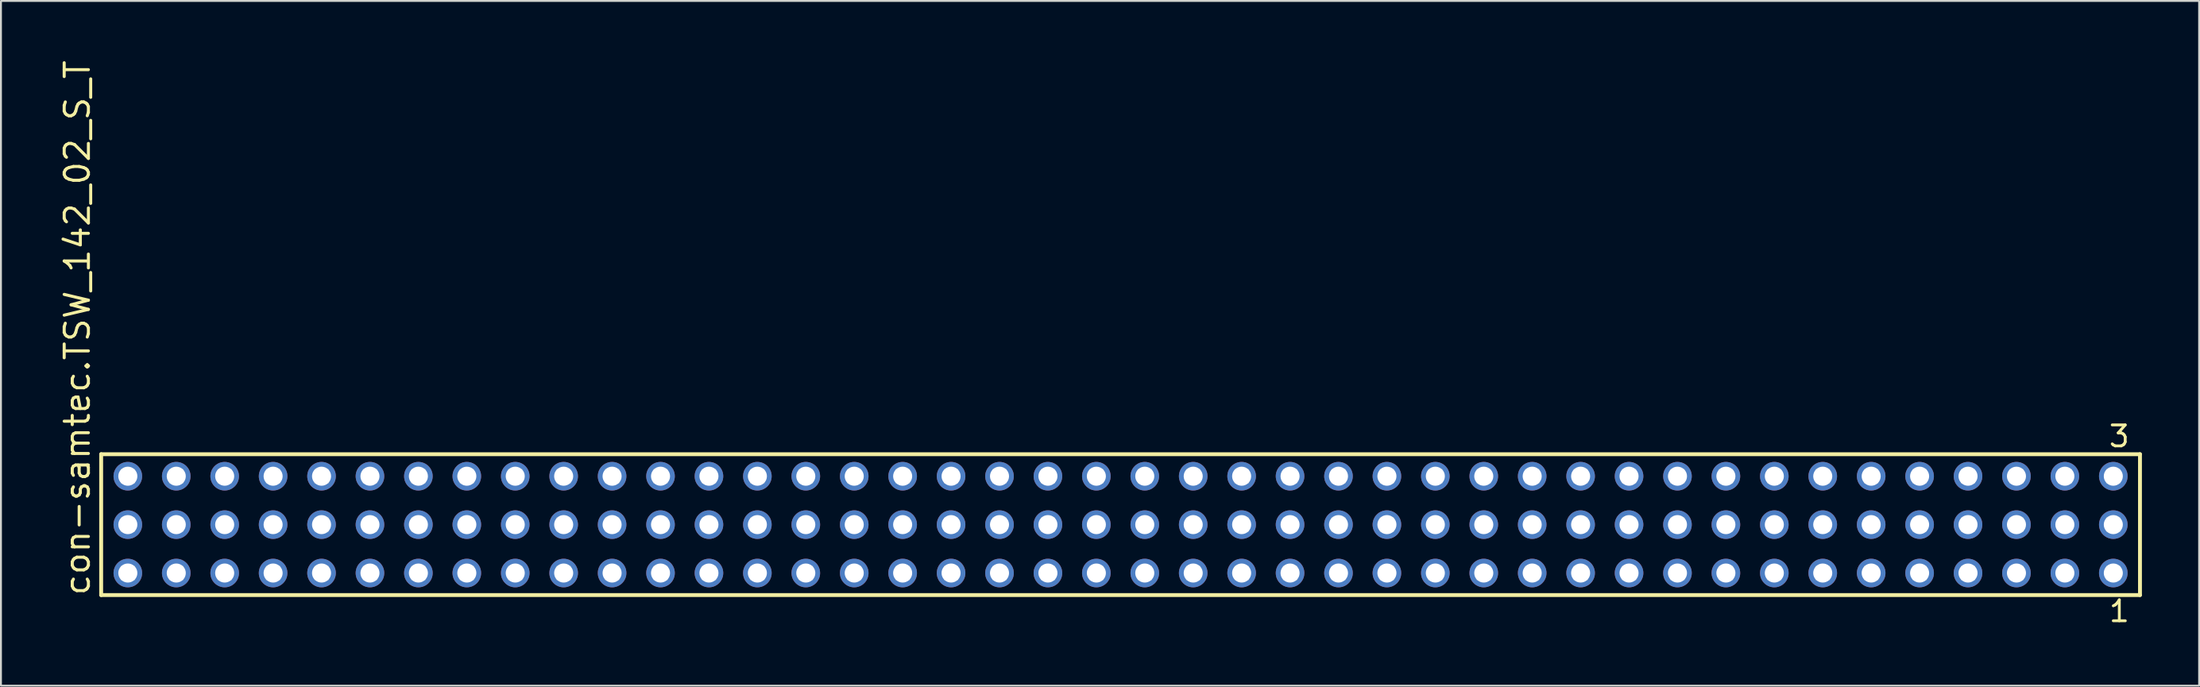
<source format=kicad_pcb>
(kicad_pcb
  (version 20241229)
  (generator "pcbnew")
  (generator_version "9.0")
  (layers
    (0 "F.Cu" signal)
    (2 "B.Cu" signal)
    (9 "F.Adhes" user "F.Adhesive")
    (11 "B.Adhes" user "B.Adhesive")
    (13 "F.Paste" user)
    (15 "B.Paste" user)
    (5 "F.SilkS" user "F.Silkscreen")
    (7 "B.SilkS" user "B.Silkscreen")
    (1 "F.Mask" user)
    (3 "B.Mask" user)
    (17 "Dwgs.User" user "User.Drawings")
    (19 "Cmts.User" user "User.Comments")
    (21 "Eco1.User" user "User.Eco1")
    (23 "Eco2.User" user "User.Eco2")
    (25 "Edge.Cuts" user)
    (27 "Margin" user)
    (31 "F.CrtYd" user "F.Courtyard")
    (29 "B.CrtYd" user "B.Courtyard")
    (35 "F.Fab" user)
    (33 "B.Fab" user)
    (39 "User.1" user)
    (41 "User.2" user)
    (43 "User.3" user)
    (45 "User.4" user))
  (footprint "con-samtec.TSW_142_02_S_T"
    (layer "F.Cu")
    (at 55.725 24.477)
    (property "Reference" "con-samtec.TSW_142_02_S_T" (at -53.975 3.81 90) (layer "F.SilkS") (effects (font (size 1.27 1.27) (thickness 0.16)) (justify left bottom)))
    (attr through_hole)
    (fp_line (start -53.469 -3.695) (end 53.469 -3.695) (stroke (width 0.203) (type default)) (layer "F.SilkS"))
    (fp_line (start -53.469 3.695) (end -53.469 -3.695) (stroke (width 0.203) (type default)) (layer "F.SilkS"))
    (fp_line (start 53.469 -3.695) (end 53.469 3.695) (stroke (width 0.203) (type default)) (layer "F.SilkS"))
    (fp_line (start 53.469 3.695) (end -53.469 3.695) (stroke (width 0.203) (type default)) (layer "F.SilkS"))
    (fp_rect (start -52.42 -2.19) (end -51.72 -2.89) (stroke (width 0.05) (type default)) (fill no) (layer "F.Fab"))
    (fp_rect (start -52.42 0.35) (end -51.72 -0.35) (stroke (width 0.05) (type default)) (fill no) (layer "F.Fab"))
    (fp_rect (start -52.42 2.89) (end -51.72 2.19) (stroke (width 0.05) (type default)) (fill no) (layer "F.Fab"))
    (fp_rect (start -49.88 -2.19) (end -49.18 -2.89) (stroke (width 0.05) (type default)) (fill no) (layer "F.Fab"))
    (fp_rect (start -49.88 0.35) (end -49.18 -0.35) (stroke (width 0.05) (type default)) (fill no) (layer "F.Fab"))
    (fp_rect (start -49.88 2.89) (end -49.18 2.19) (stroke (width 0.05) (type default)) (fill no) (layer "F.Fab"))
    (fp_rect (start -47.34 -2.19) (end -46.64 -2.89) (stroke (width 0.05) (type default)) (fill no) (layer "F.Fab"))
    (fp_rect (start -47.34 0.35) (end -46.64 -0.35) (stroke (width 0.05) (type default)) (fill no) (layer "F.Fab"))
    (fp_rect (start -47.34 2.89) (end -46.64 2.19) (stroke (width 0.05) (type default)) (fill no) (layer "F.Fab"))
    (fp_rect (start -44.8 -2.19) (end -44.1 -2.89) (stroke (width 0.05) (type default)) (fill no) (layer "F.Fab"))
    (fp_rect (start -44.8 0.35) (end -44.1 -0.35) (stroke (width 0.05) (type default)) (fill no) (layer "F.Fab"))
    (fp_rect (start -44.8 2.89) (end -44.1 2.19) (stroke (width 0.05) (type default)) (fill no) (layer "F.Fab"))
    (fp_rect (start -42.26 -2.19) (end -41.56 -2.89) (stroke (width 0.05) (type default)) (fill no) (layer "F.Fab"))
    (fp_rect (start -42.26 0.35) (end -41.56 -0.35) (stroke (width 0.05) (type default)) (fill no) (layer "F.Fab"))
    (fp_rect (start -42.26 2.89) (end -41.56 2.19) (stroke (width 0.05) (type default)) (fill no) (layer "F.Fab"))
    (fp_rect (start -39.72 -2.19) (end -39.02 -2.89) (stroke (width 0.05) (type default)) (fill no) (layer "F.Fab"))
    (fp_rect (start -39.72 0.35) (end -39.02 -0.35) (stroke (width 0.05) (type default)) (fill no) (layer "F.Fab"))
    (fp_rect (start -39.72 2.89) (end -39.02 2.19) (stroke (width 0.05) (type default)) (fill no) (layer "F.Fab"))
    (fp_rect (start -37.18 -2.19) (end -36.48 -2.89) (stroke (width 0.05) (type default)) (fill no) (layer "F.Fab"))
    (fp_rect (start -37.18 0.35) (end -36.48 -0.35) (stroke (width 0.05) (type default)) (fill no) (layer "F.Fab"))
    (fp_rect (start -37.18 2.89) (end -36.48 2.19) (stroke (width 0.05) (type default)) (fill no) (layer "F.Fab"))
    (fp_rect (start -34.64 -2.19) (end -33.94 -2.89) (stroke (width 0.05) (type default)) (fill no) (layer "F.Fab"))
    (fp_rect (start -34.64 0.35) (end -33.94 -0.35) (stroke (width 0.05) (type default)) (fill no) (layer "F.Fab"))
    (fp_rect (start -34.64 2.89) (end -33.94 2.19) (stroke (width 0.05) (type default)) (fill no) (layer "F.Fab"))
    (fp_rect (start -32.1 -2.19) (end -31.4 -2.89) (stroke (width 0.05) (type default)) (fill no) (layer "F.Fab"))
    (fp_rect (start -32.1 0.35) (end -31.4 -0.35) (stroke (width 0.05) (type default)) (fill no) (layer "F.Fab"))
    (fp_rect (start -32.1 2.89) (end -31.4 2.19) (stroke (width 0.05) (type default)) (fill no) (layer "F.Fab"))
    (fp_rect (start -29.56 -2.19) (end -28.86 -2.89) (stroke (width 0.05) (type default)) (fill no) (layer "F.Fab"))
    (fp_rect (start -29.56 0.35) (end -28.86 -0.35) (stroke (width 0.05) (type default)) (fill no) (layer "F.Fab"))
    (fp_rect (start -29.56 2.89) (end -28.86 2.19) (stroke (width 0.05) (type default)) (fill no) (layer "F.Fab"))
    (fp_rect (start -27.02 -2.19) (end -26.32 -2.89) (stroke (width 0.05) (type default)) (fill no) (layer "F.Fab"))
    (fp_rect (start -27.02 0.35) (end -26.32 -0.35) (stroke (width 0.05) (type default)) (fill no) (layer "F.Fab"))
    (fp_rect (start -27.02 2.89) (end -26.32 2.19) (stroke (width 0.05) (type default)) (fill no) (layer "F.Fab"))
    (fp_rect (start -24.48 -2.19) (end -23.78 -2.89) (stroke (width 0.05) (type default)) (fill no) (layer "F.Fab"))
    (fp_rect (start -24.48 0.35) (end -23.78 -0.35) (stroke (width 0.05) (type default)) (fill no) (layer "F.Fab"))
    (fp_rect (start -24.48 2.89) (end -23.78 2.19) (stroke (width 0.05) (type default)) (fill no) (layer "F.Fab"))
    (fp_rect (start -21.94 -2.19) (end -21.24 -2.89) (stroke (width 0.05) (type default)) (fill no) (layer "F.Fab"))
    (fp_rect (start -21.94 0.35) (end -21.24 -0.35) (stroke (width 0.05) (type default)) (fill no) (layer "F.Fab"))
    (fp_rect (start -21.94 2.89) (end -21.24 2.19) (stroke (width 0.05) (type default)) (fill no) (layer "F.Fab"))
    (fp_rect (start -19.4 -2.19) (end -18.7 -2.89) (stroke (width 0.05) (type default)) (fill no) (layer "F.Fab"))
    (fp_rect (start -19.4 0.35) (end -18.7 -0.35) (stroke (width 0.05) (type default)) (fill no) (layer "F.Fab"))
    (fp_rect (start -19.4 2.89) (end -18.7 2.19) (stroke (width 0.05) (type default)) (fill no) (layer "F.Fab"))
    (fp_rect (start -16.86 -2.19) (end -16.16 -2.89) (stroke (width 0.05) (type default)) (fill no) (layer "F.Fab"))
    (fp_rect (start -16.86 0.35) (end -16.16 -0.35) (stroke (width 0.05) (type default)) (fill no) (layer "F.Fab"))
    (fp_rect (start -16.86 2.89) (end -16.16 2.19) (stroke (width 0.05) (type default)) (fill no) (layer "F.Fab"))
    (fp_rect (start -14.32 -2.19) (end -13.62 -2.89) (stroke (width 0.05) (type default)) (fill no) (layer "F.Fab"))
    (fp_rect (start -14.32 0.35) (end -13.62 -0.35) (stroke (width 0.05) (type default)) (fill no) (layer "F.Fab"))
    (fp_rect (start -14.32 2.89) (end -13.62 2.19) (stroke (width 0.05) (type default)) (fill no) (layer "F.Fab"))
    (fp_rect (start -11.78 -2.19) (end -11.08 -2.89) (stroke (width 0.05) (type default)) (fill no) (layer "F.Fab"))
    (fp_rect (start -11.78 0.35) (end -11.08 -0.35) (stroke (width 0.05) (type default)) (fill no) (layer "F.Fab"))
    (fp_rect (start -11.78 2.89) (end -11.08 2.19) (stroke (width 0.05) (type default)) (fill no) (layer "F.Fab"))
    (fp_rect (start -9.24 -2.19) (end -8.54 -2.89) (stroke (width 0.05) (type default)) (fill no) (layer "F.Fab"))
    (fp_rect (start -9.24 0.35) (end -8.54 -0.35) (stroke (width 0.05) (type default)) (fill no) (layer "F.Fab"))
    (fp_rect (start -9.24 2.89) (end -8.54 2.19) (stroke (width 0.05) (type default)) (fill no) (layer "F.Fab"))
    (fp_rect (start -6.7 -2.19) (end -6 -2.89) (stroke (width 0.05) (type default)) (fill no) (layer "F.Fab"))
    (fp_rect (start -6.7 0.35) (end -6 -0.35) (stroke (width 0.05) (type default)) (fill no) (layer "F.Fab"))
    (fp_rect (start -6.7 2.89) (end -6 2.19) (stroke (width 0.05) (type default)) (fill no) (layer "F.Fab"))
    (fp_rect (start -4.16 -2.19) (end -3.46 -2.89) (stroke (width 0.05) (type default)) (fill no) (layer "F.Fab"))
    (fp_rect (start -4.16 0.35) (end -3.46 -0.35) (stroke (width 0.05) (type default)) (fill no) (layer "F.Fab"))
    (fp_rect (start -4.16 2.89) (end -3.46 2.19) (stroke (width 0.05) (type default)) (fill no) (layer "F.Fab"))
    (fp_rect (start -1.62 -2.19) (end -0.92 -2.89) (stroke (width 0.05) (type default)) (fill no) (layer "F.Fab"))
    (fp_rect (start -1.62 0.35) (end -0.92 -0.35) (stroke (width 0.05) (type default)) (fill no) (layer "F.Fab"))
    (fp_rect (start -1.62 2.89) (end -0.92 2.19) (stroke (width 0.05) (type default)) (fill no) (layer "F.Fab"))
    (fp_rect (start 0.92 -2.19) (end 1.62 -2.89) (stroke (width 0.05) (type default)) (fill no) (layer "F.Fab"))
    (fp_rect (start 0.92 0.35) (end 1.62 -0.35) (stroke (width 0.05) (type default)) (fill no) (layer "F.Fab"))
    (fp_rect (start 0.92 2.89) (end 1.62 2.19) (stroke (width 0.05) (type default)) (fill no) (layer "F.Fab"))
    (fp_rect (start 3.46 -2.19) (end 4.16 -2.89) (stroke (width 0.05) (type default)) (fill no) (layer "F.Fab"))
    (fp_rect (start 3.46 0.35) (end 4.16 -0.35) (stroke (width 0.05) (type default)) (fill no) (layer "F.Fab"))
    (fp_rect (start 3.46 2.89) (end 4.16 2.19) (stroke (width 0.05) (type default)) (fill no) (layer "F.Fab"))
    (fp_rect (start 6 -2.19) (end 6.7 -2.89) (stroke (width 0.05) (type default)) (fill no) (layer "F.Fab"))
    (fp_rect (start 6 0.35) (end 6.7 -0.35) (stroke (width 0.05) (type default)) (fill no) (layer "F.Fab"))
    (fp_rect (start 6 2.89) (end 6.7 2.19) (stroke (width 0.05) (type default)) (fill no) (layer "F.Fab"))
    (fp_rect (start 8.54 -2.19) (end 9.24 -2.89) (stroke (width 0.05) (type default)) (fill no) (layer "F.Fab"))
    (fp_rect (start 8.54 0.35) (end 9.24 -0.35) (stroke (width 0.05) (type default)) (fill no) (layer "F.Fab"))
    (fp_rect (start 8.54 2.89) (end 9.24 2.19) (stroke (width 0.05) (type default)) (fill no) (layer "F.Fab"))
    (fp_rect (start 11.08 -2.19) (end 11.78 -2.89) (stroke (width 0.05) (type default)) (fill no) (layer "F.Fab"))
    (fp_rect (start 11.08 0.35) (end 11.78 -0.35) (stroke (width 0.05) (type default)) (fill no) (layer "F.Fab"))
    (fp_rect (start 11.08 2.89) (end 11.78 2.19) (stroke (width 0.05) (type default)) (fill no) (layer "F.Fab"))
    (fp_rect (start 13.62 -2.19) (end 14.32 -2.89) (stroke (width 0.05) (type default)) (fill no) (layer "F.Fab"))
    (fp_rect (start 13.62 0.35) (end 14.32 -0.35) (stroke (width 0.05) (type default)) (fill no) (layer "F.Fab"))
    (fp_rect (start 13.62 2.89) (end 14.32 2.19) (stroke (width 0.05) (type default)) (fill no) (layer "F.Fab"))
    (fp_rect (start 16.16 -2.19) (end 16.86 -2.89) (stroke (width 0.05) (type default)) (fill no) (layer "F.Fab"))
    (fp_rect (start 16.16 0.35) (end 16.86 -0.35) (stroke (width 0.05) (type default)) (fill no) (layer "F.Fab"))
    (fp_rect (start 16.16 2.89) (end 16.86 2.19) (stroke (width 0.05) (type default)) (fill no) (layer "F.Fab"))
    (fp_rect (start 18.7 -2.19) (end 19.4 -2.89) (stroke (width 0.05) (type default)) (fill no) (layer "F.Fab"))
    (fp_rect (start 18.7 0.35) (end 19.4 -0.35) (stroke (width 0.05) (type default)) (fill no) (layer "F.Fab"))
    (fp_rect (start 18.7 2.89) (end 19.4 2.19) (stroke (width 0.05) (type default)) (fill no) (layer "F.Fab"))
    (fp_rect (start 21.24 -2.19) (end 21.94 -2.89) (stroke (width 0.05) (type default)) (fill no) (layer "F.Fab"))
    (fp_rect (start 21.24 0.35) (end 21.94 -0.35) (stroke (width 0.05) (type default)) (fill no) (layer "F.Fab"))
    (fp_rect (start 21.24 2.89) (end 21.94 2.19) (stroke (width 0.05) (type default)) (fill no) (layer "F.Fab"))
    (fp_rect (start 23.78 -2.19) (end 24.48 -2.89) (stroke (width 0.05) (type default)) (fill no) (layer "F.Fab"))
    (fp_rect (start 23.78 0.35) (end 24.48 -0.35) (stroke (width 0.05) (type default)) (fill no) (layer "F.Fab"))
    (fp_rect (start 23.78 2.89) (end 24.48 2.19) (stroke (width 0.05) (type default)) (fill no) (layer "F.Fab"))
    (fp_rect (start 26.32 -2.19) (end 27.02 -2.89) (stroke (width 0.05) (type default)) (fill no) (layer "F.Fab"))
    (fp_rect (start 26.32 0.35) (end 27.02 -0.35) (stroke (width 0.05) (type default)) (fill no) (layer "F.Fab"))
    (fp_rect (start 26.32 2.89) (end 27.02 2.19) (stroke (width 0.05) (type default)) (fill no) (layer "F.Fab"))
    (fp_rect (start 28.86 -2.19) (end 29.56 -2.89) (stroke (width 0.05) (type default)) (fill no) (layer "F.Fab"))
    (fp_rect (start 28.86 0.35) (end 29.56 -0.35) (stroke (width 0.05) (type default)) (fill no) (layer "F.Fab"))
    (fp_rect (start 28.86 2.89) (end 29.56 2.19) (stroke (width 0.05) (type default)) (fill no) (layer "F.Fab"))
    (fp_rect (start 31.4 -2.19) (end 32.1 -2.89) (stroke (width 0.05) (type default)) (fill no) (layer "F.Fab"))
    (fp_rect (start 31.4 0.35) (end 32.1 -0.35) (stroke (width 0.05) (type default)) (fill no) (layer "F.Fab"))
    (fp_rect (start 31.4 2.89) (end 32.1 2.19) (stroke (width 0.05) (type default)) (fill no) (layer "F.Fab"))
    (fp_rect (start 33.94 -2.19) (end 34.64 -2.89) (stroke (width 0.05) (type default)) (fill no) (layer "F.Fab"))
    (fp_rect (start 33.94 0.35) (end 34.64 -0.35) (stroke (width 0.05) (type default)) (fill no) (layer "F.Fab"))
    (fp_rect (start 33.94 2.89) (end 34.64 2.19) (stroke (width 0.05) (type default)) (fill no) (layer "F.Fab"))
    (fp_rect (start 36.48 -2.19) (end 37.18 -2.89) (stroke (width 0.05) (type default)) (fill no) (layer "F.Fab"))
    (fp_rect (start 36.48 0.35) (end 37.18 -0.35) (stroke (width 0.05) (type default)) (fill no) (layer "F.Fab"))
    (fp_rect (start 36.48 2.89) (end 37.18 2.19) (stroke (width 0.05) (type default)) (fill no) (layer "F.Fab"))
    (fp_rect (start 39.02 -2.19) (end 39.72 -2.89) (stroke (width 0.05) (type default)) (fill no) (layer "F.Fab"))
    (fp_rect (start 39.02 0.35) (end 39.72 -0.35) (stroke (width 0.05) (type default)) (fill no) (layer "F.Fab"))
    (fp_rect (start 39.02 2.89) (end 39.72 2.19) (stroke (width 0.05) (type default)) (fill no) (layer "F.Fab"))
    (fp_rect (start 41.56 -2.19) (end 42.26 -2.89) (stroke (width 0.05) (type default)) (fill no) (layer "F.Fab"))
    (fp_rect (start 41.56 0.35) (end 42.26 -0.35) (stroke (width 0.05) (type default)) (fill no) (layer "F.Fab"))
    (fp_rect (start 41.56 2.89) (end 42.26 2.19) (stroke (width 0.05) (type default)) (fill no) (layer "F.Fab"))
    (fp_rect (start 44.1 -2.19) (end 44.8 -2.89) (stroke (width 0.05) (type default)) (fill no) (layer "F.Fab"))
    (fp_rect (start 44.1 0.35) (end 44.8 -0.35) (stroke (width 0.05) (type default)) (fill no) (layer "F.Fab"))
    (fp_rect (start 44.1 2.89) (end 44.8 2.19) (stroke (width 0.05) (type default)) (fill no) (layer "F.Fab"))
    (fp_rect (start 46.64 -2.19) (end 47.34 -2.89) (stroke (width 0.05) (type default)) (fill no) (layer "F.Fab"))
    (fp_rect (start 46.64 0.35) (end 47.34 -0.35) (stroke (width 0.05) (type default)) (fill no) (layer "F.Fab"))
    (fp_rect (start 46.64 2.89) (end 47.34 2.19) (stroke (width 0.05) (type default)) (fill no) (layer "F.Fab"))
    (fp_rect (start 49.18 -2.19) (end 49.88 -2.89) (stroke (width 0.05) (type default)) (fill no) (layer "F.Fab"))
    (fp_rect (start 49.18 0.35) (end 49.88 -0.35) (stroke (width 0.05) (type default)) (fill no) (layer "F.Fab"))
    (fp_rect (start 49.18 2.89) (end 49.88 2.19) (stroke (width 0.05) (type default)) (fill no) (layer "F.Fab"))
    (fp_rect (start 51.72 -2.19) (end 52.42 -2.89) (stroke (width 0.05) (type default)) (fill no) (layer "F.Fab"))
    (fp_rect (start 51.72 0.35) (end 52.42 -0.35) (stroke (width 0.05) (type default)) (fill no) (layer "F.Fab"))
    (fp_rect (start 51.72 2.89) (end 52.42 2.19) (stroke (width 0.05) (type default)) (fill no) (layer "F.Fab"))
    (fp_text user "1" (at 51.762 5.188 0) (layer "F.SilkS") (effects (font (size 1.1 1.1) (thickness 0.15)) (justify left bottom)))
    (fp_text user "3" (at 51.758 -3.989 0) (layer "F.SilkS") (effects (font (size 1.1 1.1) (thickness 0.15)) (justify left bottom)))
    (pad "1" thru_hole circle (at 52.07 2.54 180) (size 1.5 1.5) (drill 1) (layers "*.Cu" "*.Mask"))
    (pad "2" thru_hole circle (at 52.07 0 180) (size 1.5 1.5) (drill 1) (layers "*.Cu" "*.Mask"))
    (pad "3" thru_hole circle (at 52.07 -2.54 180) (size 1.5 1.5) (drill 1) (layers "*.Cu" "*.Mask"))
    (pad "4" thru_hole circle (at 49.53 2.54 180) (size 1.5 1.5) (drill 1) (layers "*.Cu" "*.Mask"))
    (pad "5" thru_hole circle (at 49.53 0 180) (size 1.5 1.5) (drill 1) (layers "*.Cu" "*.Mask"))
    (pad "6" thru_hole circle (at 49.53 -2.54 180) (size 1.5 1.5) (drill 1) (layers "*.Cu" "*.Mask"))
    (pad "7" thru_hole circle (at 46.99 2.54 180) (size 1.5 1.5) (drill 1) (layers "*.Cu" "*.Mask"))
    (pad "8" thru_hole circle (at 46.99 0 180) (size 1.5 1.5) (drill 1) (layers "*.Cu" "*.Mask"))
    (pad "9" thru_hole circle (at 46.99 -2.54 180) (size 1.5 1.5) (drill 1) (layers "*.Cu" "*.Mask"))
    (pad "10" thru_hole circle (at 44.45 2.54 180) (size 1.5 1.5) (drill 1) (layers "*.Cu" "*.Mask"))
    (pad "11" thru_hole circle (at 44.45 0 180) (size 1.5 1.5) (drill 1) (layers "*.Cu" "*.Mask"))
    (pad "12" thru_hole circle (at 44.45 -2.54 180) (size 1.5 1.5) (drill 1) (layers "*.Cu" "*.Mask"))
    (pad "13" thru_hole circle (at 41.91 2.54 180) (size 1.5 1.5) (drill 1) (layers "*.Cu" "*.Mask"))
    (pad "14" thru_hole circle (at 41.91 0 180) (size 1.5 1.5) (drill 1) (layers "*.Cu" "*.Mask"))
    (pad "15" thru_hole circle (at 41.91 -2.54 180) (size 1.5 1.5) (drill 1) (layers "*.Cu" "*.Mask"))
    (pad "16" thru_hole circle (at 39.37 2.54 180) (size 1.5 1.5) (drill 1) (layers "*.Cu" "*.Mask"))
    (pad "17" thru_hole circle (at 39.37 0 180) (size 1.5 1.5) (drill 1) (layers "*.Cu" "*.Mask"))
    (pad "18" thru_hole circle (at 39.37 -2.54 180) (size 1.5 1.5) (drill 1) (layers "*.Cu" "*.Mask"))
    (pad "19" thru_hole circle (at 36.83 2.54 180) (size 1.5 1.5) (drill 1) (layers "*.Cu" "*.Mask"))
    (pad "20" thru_hole circle (at 36.83 0 180) (size 1.5 1.5) (drill 1) (layers "*.Cu" "*.Mask"))
    (pad "21" thru_hole circle (at 36.83 -2.54 180) (size 1.5 1.5) (drill 1) (layers "*.Cu" "*.Mask"))
    (pad "22" thru_hole circle (at 34.29 2.54 180) (size 1.5 1.5) (drill 1) (layers "*.Cu" "*.Mask"))
    (pad "23" thru_hole circle (at 34.29 0 180) (size 1.5 1.5) (drill 1) (layers "*.Cu" "*.Mask"))
    (pad "24" thru_hole circle (at 34.29 -2.54 180) (size 1.5 1.5) (drill 1) (layers "*.Cu" "*.Mask"))
    (pad "25" thru_hole circle (at 31.75 2.54 180) (size 1.5 1.5) (drill 1) (layers "*.Cu" "*.Mask"))
    (pad "26" thru_hole circle (at 31.75 0 180) (size 1.5 1.5) (drill 1) (layers "*.Cu" "*.Mask"))
    (pad "27" thru_hole circle (at 31.75 -2.54 180) (size 1.5 1.5) (drill 1) (layers "*.Cu" "*.Mask"))
    (pad "28" thru_hole circle (at 29.21 2.54 180) (size 1.5 1.5) (drill 1) (layers "*.Cu" "*.Mask"))
    (pad "29" thru_hole circle (at 29.21 0 180) (size 1.5 1.5) (drill 1) (layers "*.Cu" "*.Mask"))
    (pad "30" thru_hole circle (at 29.21 -2.54 180) (size 1.5 1.5) (drill 1) (layers "*.Cu" "*.Mask"))
    (pad "31" thru_hole circle (at 26.67 2.54 180) (size 1.5 1.5) (drill 1) (layers "*.Cu" "*.Mask"))
    (pad "32" thru_hole circle (at 26.67 0 180) (size 1.5 1.5) (drill 1) (layers "*.Cu" "*.Mask"))
    (pad "33" thru_hole circle (at 26.67 -2.54 180) (size 1.5 1.5) (drill 1) (layers "*.Cu" "*.Mask"))
    (pad "34" thru_hole circle (at 24.13 2.54 180) (size 1.5 1.5) (drill 1) (layers "*.Cu" "*.Mask"))
    (pad "35" thru_hole circle (at 24.13 0 180) (size 1.5 1.5) (drill 1) (layers "*.Cu" "*.Mask"))
    (pad "36" thru_hole circle (at 24.13 -2.54 180) (size 1.5 1.5) (drill 1) (layers "*.Cu" "*.Mask"))
    (pad "37" thru_hole circle (at 21.59 2.54 180) (size 1.5 1.5) (drill 1) (layers "*.Cu" "*.Mask"))
    (pad "38" thru_hole circle (at 21.59 0 180) (size 1.5 1.5) (drill 1) (layers "*.Cu" "*.Mask"))
    (pad "39" thru_hole circle (at 21.59 -2.54 180) (size 1.5 1.5) (drill 1) (layers "*.Cu" "*.Mask"))
    (pad "40" thru_hole circle (at 19.05 2.54 180) (size 1.5 1.5) (drill 1) (layers "*.Cu" "*.Mask"))
    (pad "41" thru_hole circle (at 19.05 0 180) (size 1.5 1.5) (drill 1) (layers "*.Cu" "*.Mask"))
    (pad "42" thru_hole circle (at 19.05 -2.54 180) (size 1.5 1.5) (drill 1) (layers "*.Cu" "*.Mask"))
    (pad "43" thru_hole circle (at 16.51 2.54 180) (size 1.5 1.5) (drill 1) (layers "*.Cu" "*.Mask"))
    (pad "44" thru_hole circle (at 16.51 0 180) (size 1.5 1.5) (drill 1) (layers "*.Cu" "*.Mask"))
    (pad "45" thru_hole circle (at 16.51 -2.54 180) (size 1.5 1.5) (drill 1) (layers "*.Cu" "*.Mask"))
    (pad "46" thru_hole circle (at 13.97 2.54 180) (size 1.5 1.5) (drill 1) (layers "*.Cu" "*.Mask"))
    (pad "47" thru_hole circle (at 13.97 0 180) (size 1.5 1.5) (drill 1) (layers "*.Cu" "*.Mask"))
    (pad "48" thru_hole circle (at 13.97 -2.54 180) (size 1.5 1.5) (drill 1) (layers "*.Cu" "*.Mask"))
    (pad "49" thru_hole circle (at 11.43 2.54 180) (size 1.5 1.5) (drill 1) (layers "*.Cu" "*.Mask"))
    (pad "50" thru_hole circle (at 11.43 0 180) (size 1.5 1.5) (drill 1) (layers "*.Cu" "*.Mask"))
    (pad "51" thru_hole circle (at 11.43 -2.54 180) (size 1.5 1.5) (drill 1) (layers "*.Cu" "*.Mask"))
    (pad "52" thru_hole circle (at 8.89 2.54 180) (size 1.5 1.5) (drill 1) (layers "*.Cu" "*.Mask"))
    (pad "53" thru_hole circle (at 8.89 0 180) (size 1.5 1.5) (drill 1) (layers "*.Cu" "*.Mask"))
    (pad "54" thru_hole circle (at 8.89 -2.54 180) (size 1.5 1.5) (drill 1) (layers "*.Cu" "*.Mask"))
    (pad "55" thru_hole circle (at 6.35 2.54 180) (size 1.5 1.5) (drill 1) (layers "*.Cu" "*.Mask"))
    (pad "56" thru_hole circle (at 6.35 0 180) (size 1.5 1.5) (drill 1) (layers "*.Cu" "*.Mask"))
    (pad "57" thru_hole circle (at 6.35 -2.54 180) (size 1.5 1.5) (drill 1) (layers "*.Cu" "*.Mask"))
    (pad "58" thru_hole circle (at 3.81 2.54 180) (size 1.5 1.5) (drill 1) (layers "*.Cu" "*.Mask"))
    (pad "59" thru_hole circle (at 3.81 0 180) (size 1.5 1.5) (drill 1) (layers "*.Cu" "*.Mask"))
    (pad "60" thru_hole circle (at 3.81 -2.54 180) (size 1.5 1.5) (drill 1) (layers "*.Cu" "*.Mask"))
    (pad "61" thru_hole circle (at 1.27 2.54 180) (size 1.5 1.5) (drill 1) (layers "*.Cu" "*.Mask"))
    (pad "62" thru_hole circle (at 1.27 0 180) (size 1.5 1.5) (drill 1) (layers "*.Cu" "*.Mask"))
    (pad "63" thru_hole circle (at 1.27 -2.54 180) (size 1.5 1.5) (drill 1) (layers "*.Cu" "*.Mask"))
    (pad "64" thru_hole circle (at -1.27 2.54 180) (size 1.5 1.5) (drill 1) (layers "*.Cu" "*.Mask"))
    (pad "65" thru_hole circle (at -1.27 0 180) (size 1.5 1.5) (drill 1) (layers "*.Cu" "*.Mask"))
    (pad "66" thru_hole circle (at -1.27 -2.54 180) (size 1.5 1.5) (drill 1) (layers "*.Cu" "*.Mask"))
    (pad "67" thru_hole circle (at -3.81 2.54 180) (size 1.5 1.5) (drill 1) (layers "*.Cu" "*.Mask"))
    (pad "68" thru_hole circle (at -3.81 0 180) (size 1.5 1.5) (drill 1) (layers "*.Cu" "*.Mask"))
    (pad "69" thru_hole circle (at -3.81 -2.54 180) (size 1.5 1.5) (drill 1) (layers "*.Cu" "*.Mask"))
    (pad "70" thru_hole circle (at -6.35 2.54 180) (size 1.5 1.5) (drill 1) (layers "*.Cu" "*.Mask"))
    (pad "71" thru_hole circle (at -6.35 0 180) (size 1.5 1.5) (drill 1) (layers "*.Cu" "*.Mask"))
    (pad "72" thru_hole circle (at -6.35 -2.54 180) (size 1.5 1.5) (drill 1) (layers "*.Cu" "*.Mask"))
    (pad "73" thru_hole circle (at -8.89 2.54 180) (size 1.5 1.5) (drill 1) (layers "*.Cu" "*.Mask"))
    (pad "74" thru_hole circle (at -8.89 0 180) (size 1.5 1.5) (drill 1) (layers "*.Cu" "*.Mask"))
    (pad "75" thru_hole circle (at -8.89 -2.54 180) (size 1.5 1.5) (drill 1) (layers "*.Cu" "*.Mask"))
    (pad "76" thru_hole circle (at -11.43 2.54 180) (size 1.5 1.5) (drill 1) (layers "*.Cu" "*.Mask"))
    (pad "77" thru_hole circle (at -11.43 0 180) (size 1.5 1.5) (drill 1) (layers "*.Cu" "*.Mask"))
    (pad "78" thru_hole circle (at -11.43 -2.54 180) (size 1.5 1.5) (drill 1) (layers "*.Cu" "*.Mask"))
    (pad "79" thru_hole circle (at -13.97 2.54 180) (size 1.5 1.5) (drill 1) (layers "*.Cu" "*.Mask"))
    (pad "80" thru_hole circle (at -13.97 0 180) (size 1.5 1.5) (drill 1) (layers "*.Cu" "*.Mask"))
    (pad "81" thru_hole circle (at -13.97 -2.54 180) (size 1.5 1.5) (drill 1) (layers "*.Cu" "*.Mask"))
    (pad "82" thru_hole circle (at -16.51 2.54 180) (size 1.5 1.5) (drill 1) (layers "*.Cu" "*.Mask"))
    (pad "83" thru_hole circle (at -16.51 0 180) (size 1.5 1.5) (drill 1) (layers "*.Cu" "*.Mask"))
    (pad "84" thru_hole circle (at -16.51 -2.54 180) (size 1.5 1.5) (drill 1) (layers "*.Cu" "*.Mask"))
    (pad "85" thru_hole circle (at -19.05 2.54 180) (size 1.5 1.5) (drill 1) (layers "*.Cu" "*.Mask"))
    (pad "86" thru_hole circle (at -19.05 0 180) (size 1.5 1.5) (drill 1) (layers "*.Cu" "*.Mask"))
    (pad "87" thru_hole circle (at -19.05 -2.54 180) (size 1.5 1.5) (drill 1) (layers "*.Cu" "*.Mask"))
    (pad "88" thru_hole circle (at -21.59 2.54 180) (size 1.5 1.5) (drill 1) (layers "*.Cu" "*.Mask"))
    (pad "89" thru_hole circle (at -21.59 0 180) (size 1.5 1.5) (drill 1) (layers "*.Cu" "*.Mask"))
    (pad "90" thru_hole circle (at -21.59 -2.54 180) (size 1.5 1.5) (drill 1) (layers "*.Cu" "*.Mask"))
    (pad "91" thru_hole circle (at -24.13 2.54 180) (size 1.5 1.5) (drill 1) (layers "*.Cu" "*.Mask"))
    (pad "92" thru_hole circle (at -24.13 0 180) (size 1.5 1.5) (drill 1) (layers "*.Cu" "*.Mask"))
    (pad "93" thru_hole circle (at -24.13 -2.54 180) (size 1.5 1.5) (drill 1) (layers "*.Cu" "*.Mask"))
    (pad "94" thru_hole circle (at -26.67 2.54 180) (size 1.5 1.5) (drill 1) (layers "*.Cu" "*.Mask"))
    (pad "95" thru_hole circle (at -26.67 0 180) (size 1.5 1.5) (drill 1) (layers "*.Cu" "*.Mask"))
    (pad "96" thru_hole circle (at -26.67 -2.54 180) (size 1.5 1.5) (drill 1) (layers "*.Cu" "*.Mask"))
    (pad "97" thru_hole circle (at -29.21 2.54 180) (size 1.5 1.5) (drill 1) (layers "*.Cu" "*.Mask"))
    (pad "98" thru_hole circle (at -29.21 0 180) (size 1.5 1.5) (drill 1) (layers "*.Cu" "*.Mask"))
    (pad "99" thru_hole circle (at -29.21 -2.54 180) (size 1.5 1.5) (drill 1) (layers "*.Cu" "*.Mask"))
    (pad "100" thru_hole circle (at -31.75 2.54 180) (size 1.5 1.5) (drill 1) (layers "*.Cu" "*.Mask"))
    (pad "101" thru_hole circle (at -31.75 0 180) (size 1.5 1.5) (drill 1) (layers "*.Cu" "*.Mask"))
    (pad "102" thru_hole circle (at -31.75 -2.54 180) (size 1.5 1.5) (drill 1) (layers "*.Cu" "*.Mask"))
    (pad "103" thru_hole circle (at -34.29 2.54 180) (size 1.5 1.5) (drill 1) (layers "*.Cu" "*.Mask"))
    (pad "104" thru_hole circle (at -34.29 0 180) (size 1.5 1.5) (drill 1) (layers "*.Cu" "*.Mask"))
    (pad "105" thru_hole circle (at -34.29 -2.54 180) (size 1.5 1.5) (drill 1) (layers "*.Cu" "*.Mask"))
    (pad "106" thru_hole circle (at -36.83 2.54 180) (size 1.5 1.5) (drill 1) (layers "*.Cu" "*.Mask"))
    (pad "107" thru_hole circle (at -36.83 0 180) (size 1.5 1.5) (drill 1) (layers "*.Cu" "*.Mask"))
    (pad "108" thru_hole circle (at -36.83 -2.54 180) (size 1.5 1.5) (drill 1) (layers "*.Cu" "*.Mask"))
    (pad "109" thru_hole circle (at -39.37 2.54 180) (size 1.5 1.5) (drill 1) (layers "*.Cu" "*.Mask"))
    (pad "110" thru_hole circle (at -39.37 0 180) (size 1.5 1.5) (drill 1) (layers "*.Cu" "*.Mask"))
    (pad "111" thru_hole circle (at -39.37 -2.54 180) (size 1.5 1.5) (drill 1) (layers "*.Cu" "*.Mask"))
    (pad "112" thru_hole circle (at -41.91 2.54 180) (size 1.5 1.5) (drill 1) (layers "*.Cu" "*.Mask"))
    (pad "113" thru_hole circle (at -41.91 0 180) (size 1.5 1.5) (drill 1) (layers "*.Cu" "*.Mask"))
    (pad "114" thru_hole circle (at -41.91 -2.54 180) (size 1.5 1.5) (drill 1) (layers "*.Cu" "*.Mask"))
    (pad "115" thru_hole circle (at -44.45 2.54 180) (size 1.5 1.5) (drill 1) (layers "*.Cu" "*.Mask"))
    (pad "116" thru_hole circle (at -44.45 0 180) (size 1.5 1.5) (drill 1) (layers "*.Cu" "*.Mask"))
    (pad "117" thru_hole circle (at -44.45 -2.54 180) (size 1.5 1.5) (drill 1) (layers "*.Cu" "*.Mask"))
    (pad "118" thru_hole circle (at -46.99 2.54 180) (size 1.5 1.5) (drill 1) (layers "*.Cu" "*.Mask"))
    (pad "119" thru_hole circle (at -46.99 0 180) (size 1.5 1.5) (drill 1) (layers "*.Cu" "*.Mask"))
    (pad "120" thru_hole circle (at -46.99 -2.54 180) (size 1.5 1.5) (drill 1) (layers "*.Cu" "*.Mask"))
    (pad "121" thru_hole circle (at -49.53 2.54 180) (size 1.5 1.5) (drill 1) (layers "*.Cu" "*.Mask"))
    (pad "122" thru_hole circle (at -49.53 0 180) (size 1.5 1.5) (drill 1) (layers "*.Cu" "*.Mask"))
    (pad "123" thru_hole circle (at -49.53 -2.54 180) (size 1.5 1.5) (drill 1) (layers "*.Cu" "*.Mask"))
    (pad "124" thru_hole circle (at -52.07 2.54 180) (size 1.5 1.5) (drill 1) (layers "*.Cu" "*.Mask"))
    (pad "125" thru_hole circle (at -52.07 0 180) (size 1.5 1.5) (drill 1) (layers "*.Cu" "*.Mask"))
    (pad "126" thru_hole circle (at -52.07 -2.54 180) (size 1.5 1.5) (drill 1) (layers "*.Cu" "*.Mask")))
  (gr_rect
    (start -3 -3)
    (end 112.296 32.928)
    (stroke (width 0.1) (type default))
    (fill no)
    (layer "Edge.Cuts")))
</source>
